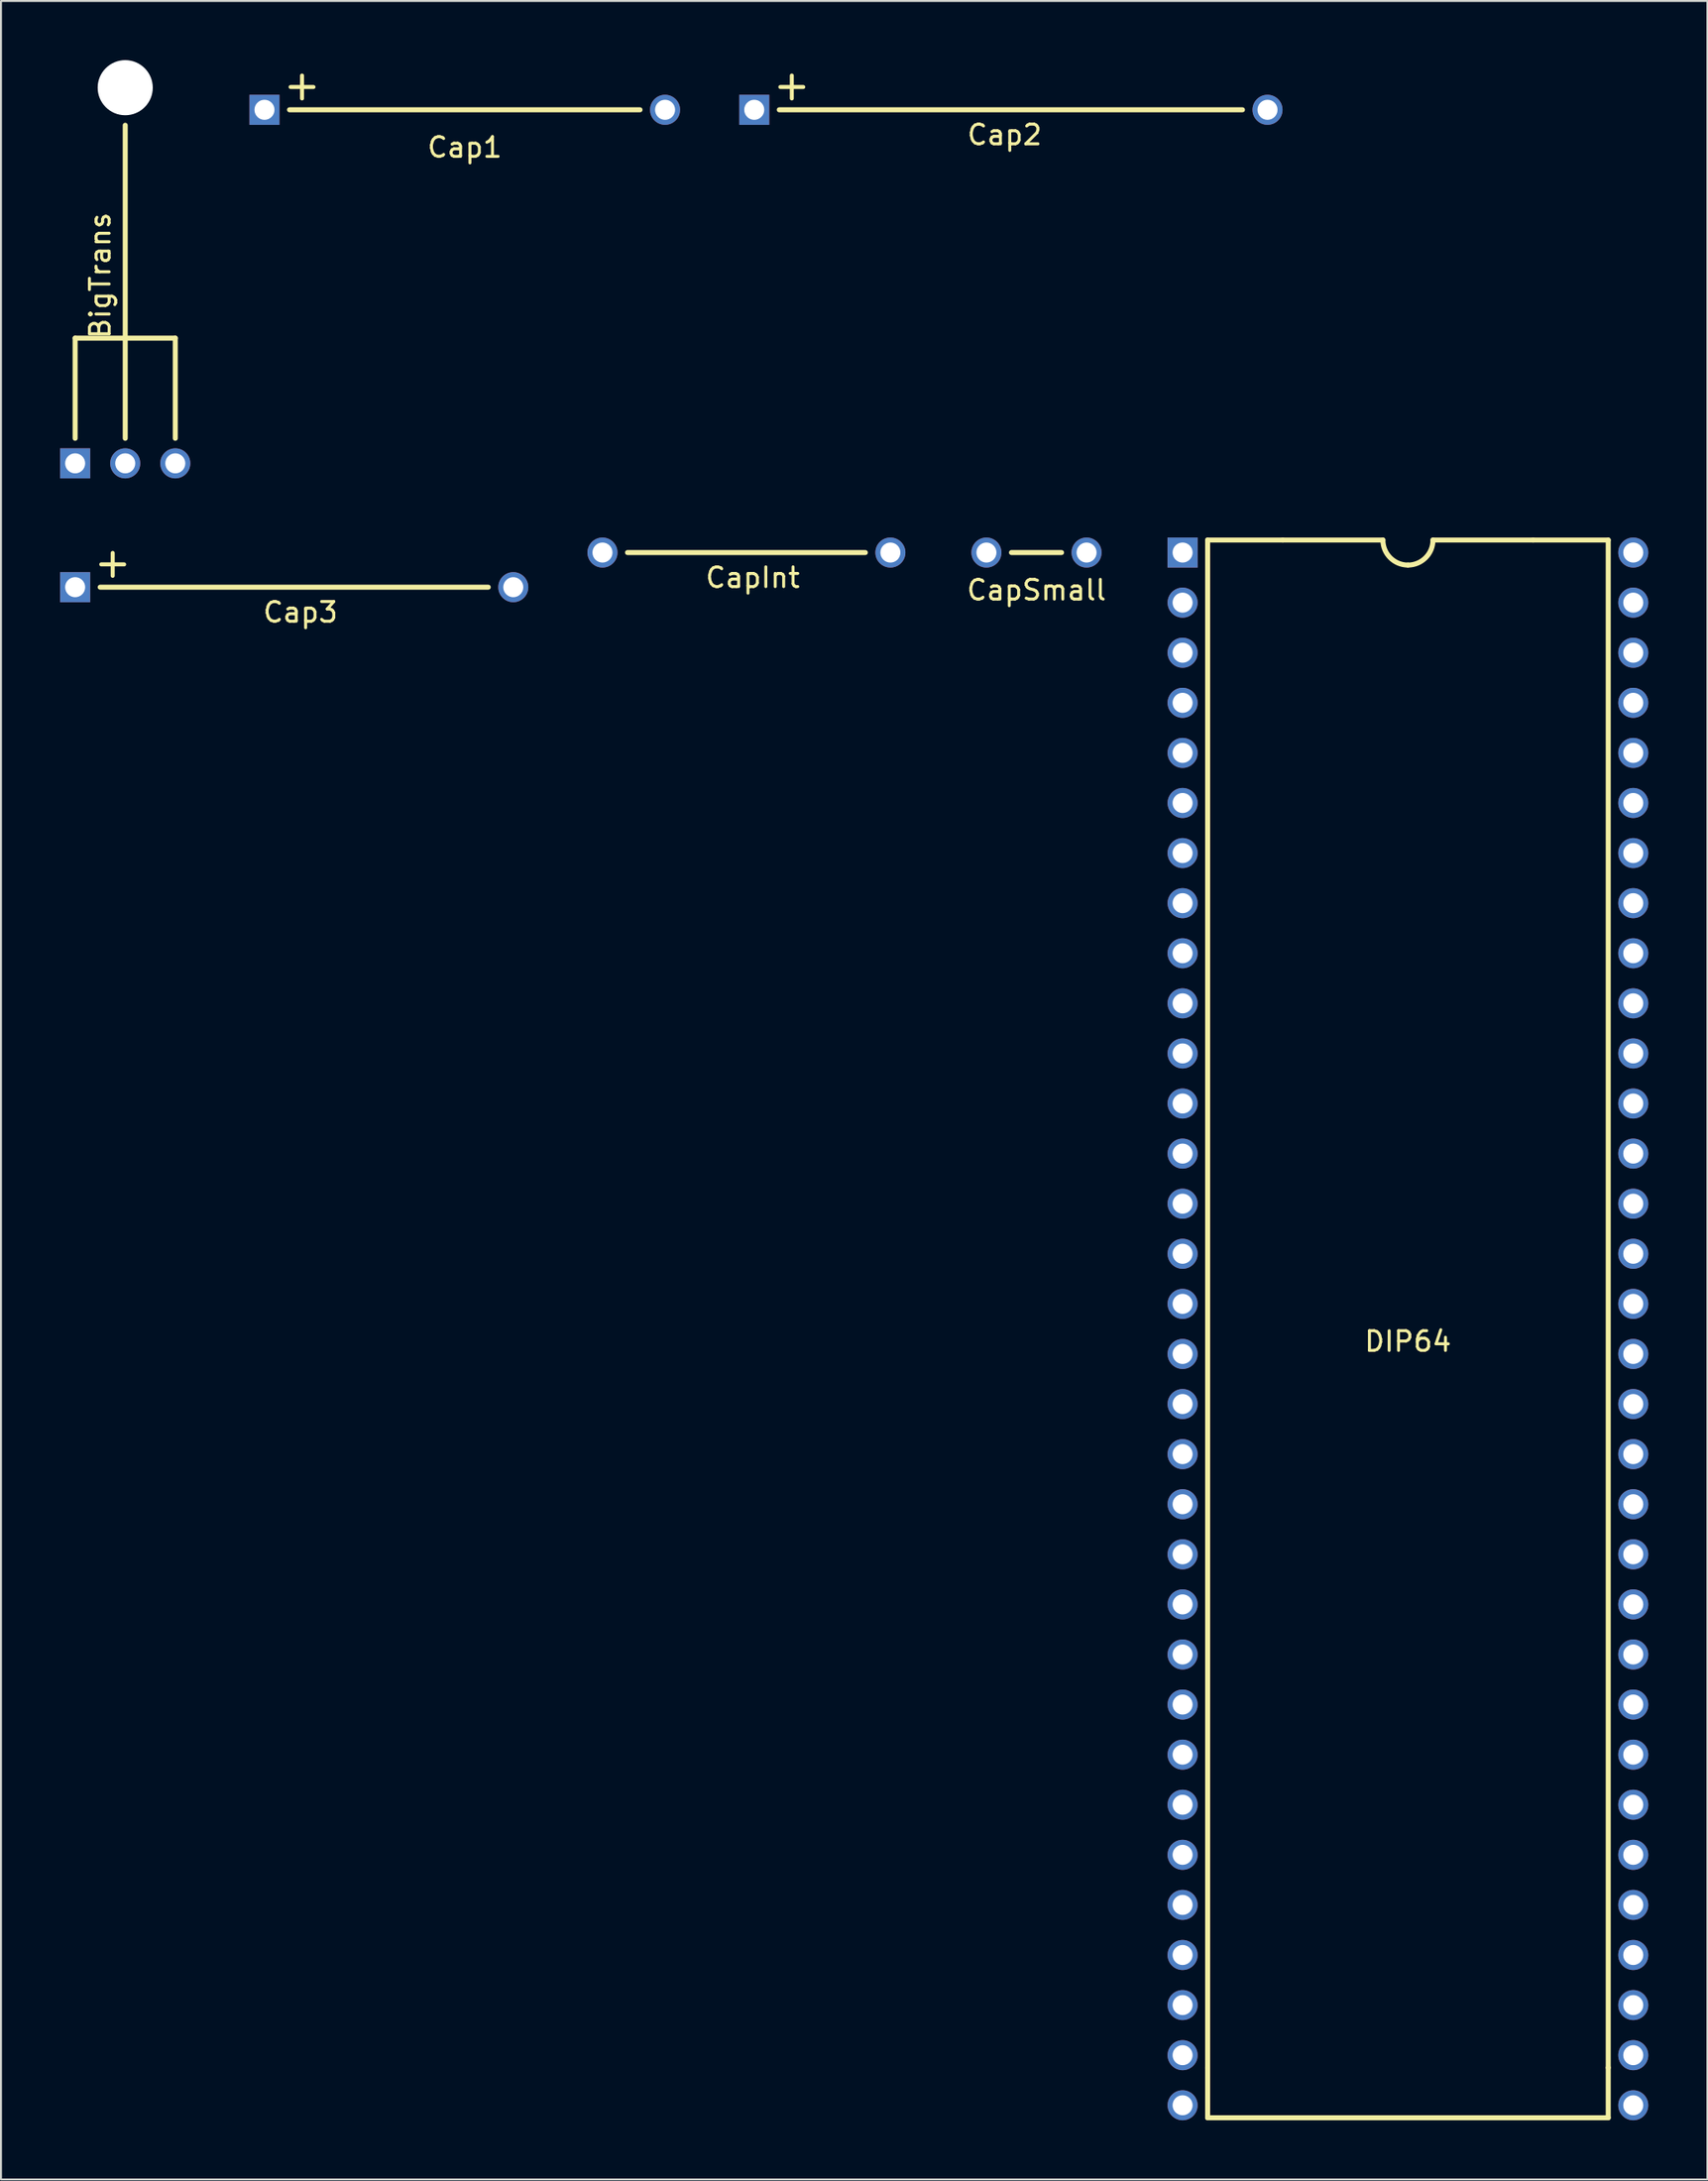
<source format=kicad_pcb>
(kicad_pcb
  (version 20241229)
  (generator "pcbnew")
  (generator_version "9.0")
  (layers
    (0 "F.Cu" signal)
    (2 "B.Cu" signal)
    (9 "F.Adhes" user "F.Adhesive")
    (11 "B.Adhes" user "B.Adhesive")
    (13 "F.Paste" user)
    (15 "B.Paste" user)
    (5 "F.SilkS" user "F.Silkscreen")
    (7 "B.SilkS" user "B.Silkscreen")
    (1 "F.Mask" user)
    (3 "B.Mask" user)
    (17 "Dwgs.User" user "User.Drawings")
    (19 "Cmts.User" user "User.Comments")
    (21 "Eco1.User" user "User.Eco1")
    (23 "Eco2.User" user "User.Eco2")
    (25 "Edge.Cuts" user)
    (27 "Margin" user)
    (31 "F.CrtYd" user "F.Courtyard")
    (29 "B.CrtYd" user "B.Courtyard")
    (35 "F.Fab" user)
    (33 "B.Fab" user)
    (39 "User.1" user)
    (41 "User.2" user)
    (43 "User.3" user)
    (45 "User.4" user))
  (footprint "Cap2"
    (layer "F.Cu")
    (at 47.91 2.518)
    (property "Reference" "Cap2" (at 0 1.27 0) (unlocked yes) (layer "F.SilkS") (effects (font (size 1 1) (thickness 0.15))))
    (attr through_hole)
    (fp_line (start 12.065 0) (end -11.43 0) (stroke (width 0.254) (type solid)) (layer "F.SilkS"))
    (fp_text user "+" (at -10.795 -1.27 0) (layer "F.SilkS") (effects (font (size 1.524 1.524) (thickness 0.203))))
    (pad "1" thru_hole rect (at -12.7 0) (size 1.524 1.524) (drill 1.016) (layers "*.Cu" "*.Mask"))
    (pad "2" thru_hole circle (at 13.335 0) (size 1.524 1.524) (drill 1.016) (layers "*.Cu" "*.Mask")))
  (footprint "CapInt"
    (layer "F.Cu")
    (at 35.131 24.971)
    (property "Reference" "CapInt" (at 0 1.27 0) (unlocked yes) (layer "F.SilkS") (effects (font (size 1 1) (thickness 0.15))))
    (attr through_hole)
    (fp_line (start 5.715 0) (end -6.35 0) (stroke (width 0.254) (type solid)) (layer "F.SilkS"))
    (pad "1" thru_hole circle (at -7.62 0) (size 1.524 1.524) (drill 1.016) (layers "*.Cu" "*.Mask"))
    (pad "2" thru_hole circle (at 6.985 0) (size 1.524 1.524) (drill 1.016) (layers "*.Cu" "*.Mask")))
  (footprint "BigTrans"
    (layer "F.Cu")
    (at 3.302 13.462)
    (property "Reference" "BigTrans" (at -1.27 -2.54 90) (unlocked yes) (layer "F.SilkS") (effects (font (size 1 1) (thickness 0.15))))
    (attr through_hole)
    (fp_line (start -2.54 0.635) (end -2.54 5.715) (stroke (width 0.254) (type solid)) (layer "F.SilkS"))
    (fp_line (start -2.54 0.635) (end 2.54 0.635) (stroke (width 0.254) (type solid)) (layer "F.SilkS"))
    (fp_line (start 0 -10.16) (end 0 5.715) (stroke (width 0.254) (type solid)) (layer "F.SilkS"))
    (fp_line (start 2.54 0.635) (end 2.54 5.715) (stroke (width 0.254) (type solid)) (layer "F.SilkS"))
    (pad "" np_thru_hole circle (at 0 -12.065) (size 2.794 2.794) (drill 2.794) (layers "*.Cu" "*.Mask"))
    (pad "1" thru_hole rect (at -2.54 6.985) (size 1.524 1.524) (drill 1.016) (layers "*.Cu" "*.Mask"))
    (pad "2" thru_hole circle (at 0 6.985) (size 1.524 1.524) (drill 1.016) (layers "*.Cu" "*.Mask"))
    (pad "3" thru_hole circle (at 2.54 6.985) (size 1.524 1.524) (drill 1.016) (layers "*.Cu" "*.Mask")))
  (footprint "DIP64"
    (layer "F.Cu")
    (at 68.368 64.341)
    (property "Reference" "DIP64" (at 0 0.635 0) (unlocked yes) (layer "F.SilkS") (effects (font (size 1 1) (thickness 0.15))))
    (attr through_hole)
    (fp_line (start -10.16 -40.005) (end -10.16 37.465) (stroke (width 0.254) (type solid)) (layer "F.SilkS"))
    (fp_line (start -10.16 37.465) (end -10.16 40.005) (stroke (width 0.254) (type solid)) (layer "F.SilkS"))
    (fp_line (start -10.16 40.005) (end 10.16 40.005) (stroke (width 0.254) (type solid)) (layer "F.SilkS"))
    (fp_line (start -6.35 -40.005) (end -10.16 -40.005) (stroke (width 0.254) (type solid)) (layer "F.SilkS"))
    (fp_line (start -6.35 -40.005) (end -1.27 -40.005) (stroke (width 0.254) (type solid)) (layer "F.SilkS"))
    (fp_line (start 6.35 -40.005) (end 1.27 -40.005) (stroke (width 0.254) (type solid)) (layer "F.SilkS"))
    (fp_line (start 6.35 -40.005) (end 10.16 -40.005) (stroke (width 0.254) (type solid)) (layer "F.SilkS"))
    (fp_line (start 10.16 37.465) (end 10.16 -40.005) (stroke (width 0.254) (type solid)) (layer "F.SilkS"))
    (fp_line (start 10.16 37.465) (end 10.16 40.005) (stroke (width 0.254) (type solid)) (layer "F.SilkS"))
    (fp_arc (start 0 -38.735) (mid -0.898026 -39.106974) (end -1.27 -40.005) (stroke (width 0.254) (type solid)) (layer "F.SilkS"))
    (fp_arc (start 1.27 -40.005) (mid 0.898026 -39.106974) (end 0 -38.735) (stroke (width 0.254) (type solid)) (layer "F.SilkS"))
    (pad "1" thru_hole rect (at -11.43 -39.37) (size 1.524 1.524) (drill 1.016) (layers "*.Cu" "*.Mask"))
    (pad "2" thru_hole circle (at -11.43 -36.83) (size 1.524 1.524) (drill 1.016) (layers "*.Cu" "*.Mask"))
    (pad "3" thru_hole circle (at -11.43 -34.29) (size 1.524 1.524) (drill 1.016) (layers "*.Cu" "*.Mask"))
    (pad "4" thru_hole circle (at -11.43 -31.75) (size 1.524 1.524) (drill 1.016) (layers "*.Cu" "*.Mask"))
    (pad "5" thru_hole circle (at -11.43 -29.21) (size 1.524 1.524) (drill 1.016) (layers "*.Cu" "*.Mask"))
    (pad "6" thru_hole circle (at -11.43 -26.67) (size 1.524 1.524) (drill 1.016) (layers "*.Cu" "*.Mask"))
    (pad "7" thru_hole circle (at -11.43 -24.13) (size 1.524 1.524) (drill 1.016) (layers "*.Cu" "*.Mask"))
    (pad "8" thru_hole circle (at -11.43 -21.59) (size 1.524 1.524) (drill 1.016) (layers "*.Cu" "*.Mask"))
    (pad "9" thru_hole circle (at -11.43 -19.05) (size 1.524 1.524) (drill 1.016) (layers "*.Cu" "*.Mask"))
    (pad "10" thru_hole circle (at -11.43 -16.51) (size 1.524 1.524) (drill 1.016) (layers "*.Cu" "*.Mask"))
    (pad "11" thru_hole circle (at -11.43 -13.97) (size 1.524 1.524) (drill 1.016) (layers "*.Cu" "*.Mask"))
    (pad "12" thru_hole circle (at -11.43 -11.43) (size 1.524 1.524) (drill 1.016) (layers "*.Cu" "*.Mask"))
    (pad "13" thru_hole circle (at -11.43 -8.89) (size 1.524 1.524) (drill 1.016) (layers "*.Cu" "*.Mask"))
    (pad "14" thru_hole circle (at -11.43 -6.35) (size 1.524 1.524) (drill 1.016) (layers "*.Cu" "*.Mask"))
    (pad "15" thru_hole circle (at -11.43 -3.81) (size 1.524 1.524) (drill 1.016) (layers "*.Cu" "*.Mask"))
    (pad "16" thru_hole circle (at -11.43 -1.27) (size 1.524 1.524) (drill 1.016) (layers "*.Cu" "*.Mask"))
    (pad "17" thru_hole circle (at -11.43 1.27) (size 1.524 1.524) (drill 1.016) (layers "*.Cu" "*.Mask"))
    (pad "18" thru_hole circle (at -11.43 3.81) (size 1.524 1.524) (drill 1.016) (layers "*.Cu" "*.Mask"))
    (pad "19" thru_hole circle (at -11.43 6.35) (size 1.524 1.524) (drill 1.016) (layers "*.Cu" "*.Mask"))
    (pad "20" thru_hole circle (at -11.43 8.89) (size 1.524 1.524) (drill 1.016) (layers "*.Cu" "*.Mask"))
    (pad "21" thru_hole circle (at -11.43 11.43) (size 1.524 1.524) (drill 1.016) (layers "*.Cu" "*.Mask"))
    (pad "22" thru_hole circle (at -11.43 13.97) (size 1.524 1.524) (drill 1.016) (layers "*.Cu" "*.Mask"))
    (pad "23" thru_hole circle (at -11.43 16.51) (size 1.524 1.524) (drill 1.016) (layers "*.Cu" "*.Mask"))
    (pad "24" thru_hole circle (at -11.43 19.05) (size 1.524 1.524) (drill 1.016) (layers "*.Cu" "*.Mask"))
    (pad "25" thru_hole circle (at -11.43 21.59) (size 1.524 1.524) (drill 1.016) (layers "*.Cu" "*.Mask"))
    (pad "26" thru_hole circle (at -11.43 24.13) (size 1.524 1.524) (drill 1.016) (layers "*.Cu" "*.Mask"))
    (pad "27" thru_hole circle (at -11.43 26.67) (size 1.524 1.524) (drill 1.016) (layers "*.Cu" "*.Mask"))
    (pad "28" thru_hole circle (at -11.43 29.21) (size 1.524 1.524) (drill 1.016) (layers "*.Cu" "*.Mask"))
    (pad "29" thru_hole circle (at -11.43 31.75) (size 1.524 1.524) (drill 1.016) (layers "*.Cu" "*.Mask"))
    (pad "30" thru_hole circle (at -11.43 34.29) (size 1.524 1.524) (drill 1.016) (layers "*.Cu" "*.Mask"))
    (pad "31" thru_hole circle (at -11.43 36.83) (size 1.524 1.524) (drill 1.016) (layers "*.Cu" "*.Mask"))
    (pad "32" thru_hole circle (at -11.43 39.37) (size 1.524 1.524) (drill 1.016) (layers "*.Cu" "*.Mask"))
    (pad "33" thru_hole circle (at 11.43 39.37) (size 1.524 1.524) (drill 1.016) (layers "*.Cu" "*.Mask"))
    (pad "34" thru_hole circle (at 11.43 36.83) (size 1.524 1.524) (drill 1.016) (layers "*.Cu" "*.Mask"))
    (pad "35" thru_hole circle (at 11.43 34.29) (size 1.524 1.524) (drill 1.016) (layers "*.Cu" "*.Mask"))
    (pad "36" thru_hole circle (at 11.43 31.75) (size 1.524 1.524) (drill 1.016) (layers "*.Cu" "*.Mask"))
    (pad "37" thru_hole circle (at 11.43 29.21) (size 1.524 1.524) (drill 1.016) (layers "*.Cu" "*.Mask"))
    (pad "38" thru_hole circle (at 11.43 26.67) (size 1.524 1.524) (drill 1.016) (layers "*.Cu" "*.Mask"))
    (pad "39" thru_hole circle (at 11.43 24.13) (size 1.524 1.524) (drill 1.016) (layers "*.Cu" "*.Mask"))
    (pad "40" thru_hole circle (at 11.43 21.59) (size 1.524 1.524) (drill 1.016) (layers "*.Cu" "*.Mask"))
    (pad "41" thru_hole circle (at 11.43 19.05) (size 1.524 1.524) (drill 1.016) (layers "*.Cu" "*.Mask"))
    (pad "42" thru_hole circle (at 11.43 16.51) (size 1.524 1.524) (drill 1.016) (layers "*.Cu" "*.Mask"))
    (pad "43" thru_hole circle (at 11.43 13.97) (size 1.524 1.524) (drill 1.016) (layers "*.Cu" "*.Mask"))
    (pad "44" thru_hole circle (at 11.43 11.43) (size 1.524 1.524) (drill 1.016) (layers "*.Cu" "*.Mask"))
    (pad "45" thru_hole circle (at 11.43 8.89) (size 1.524 1.524) (drill 1.016) (layers "*.Cu" "*.Mask"))
    (pad "46" thru_hole circle (at 11.43 6.35) (size 1.524 1.524) (drill 1.016) (layers "*.Cu" "*.Mask"))
    (pad "47" thru_hole circle (at 11.43 3.81) (size 1.524 1.524) (drill 1.016) (layers "*.Cu" "*.Mask"))
    (pad "48" thru_hole circle (at 11.43 1.27) (size 1.524 1.524) (drill 1.016) (layers "*.Cu" "*.Mask"))
    (pad "49" thru_hole circle (at 11.43 -1.27) (size 1.524 1.524) (drill 1.016) (layers "*.Cu" "*.Mask"))
    (pad "50" thru_hole circle (at 11.43 -3.81) (size 1.524 1.524) (drill 1.016) (layers "*.Cu" "*.Mask"))
    (pad "51" thru_hole circle (at 11.43 -6.35) (size 1.524 1.524) (drill 1.016) (layers "*.Cu" "*.Mask"))
    (pad "52" thru_hole circle (at 11.43 -8.89) (size 1.524 1.524) (drill 1.016) (layers "*.Cu" "*.Mask"))
    (pad "53" thru_hole circle (at 11.43 -11.43) (size 1.524 1.524) (drill 1.016) (layers "*.Cu" "*.Mask"))
    (pad "54" thru_hole circle (at 11.43 -13.97) (size 1.524 1.524) (drill 1.016) (layers "*.Cu" "*.Mask"))
    (pad "55" thru_hole circle (at 11.43 -16.51) (size 1.524 1.524) (drill 1.016) (layers "*.Cu" "*.Mask"))
    (pad "56" thru_hole circle (at 11.43 -19.05) (size 1.524 1.524) (drill 1.016) (layers "*.Cu" "*.Mask"))
    (pad "57" thru_hole circle (at 11.43 -21.59) (size 1.524 1.524) (drill 1.016) (layers "*.Cu" "*.Mask"))
    (pad "58" thru_hole circle (at 11.43 -24.13) (size 1.524 1.524) (drill 1.016) (layers "*.Cu" "*.Mask"))
    (pad "59" thru_hole circle (at 11.43 -26.67) (size 1.524 1.524) (drill 1.016) (layers "*.Cu" "*.Mask"))
    (pad "60" thru_hole circle (at 11.43 -29.21) (size 1.524 1.524) (drill 1.016) (layers "*.Cu" "*.Mask"))
    (pad "61" thru_hole circle (at 11.43 -31.75) (size 1.524 1.524) (drill 1.016) (layers "*.Cu" "*.Mask"))
    (pad "62" thru_hole circle (at 11.43 -34.29) (size 1.524 1.524) (drill 1.016) (layers "*.Cu" "*.Mask"))
    (pad "63" thru_hole circle (at 11.43 -36.83) (size 1.524 1.524) (drill 1.016) (layers "*.Cu" "*.Mask"))
    (pad "64" thru_hole circle (at 11.43 -39.37) (size 1.524 1.524) (drill 1.016) (layers "*.Cu" "*.Mask")))
  (footprint "Cap1"
    (layer "F.Cu")
    (at 20.526 2.518)
    (property "Reference" "Cap1" (at 0 1.905 0) (unlocked yes) (layer "F.SilkS") (effects (font (size 1 1) (thickness 0.15))))
    (attr through_hole)
    (fp_line (start 8.89 0) (end -8.89 0) (stroke (width 0.254) (type solid)) (layer "F.SilkS"))
    (fp_text user "+" (at -8.255 -1.27 0) (layer "F.SilkS") (effects (font (size 1.524 1.524) (thickness 0.203))))
    (pad "1" thru_hole rect (at -10.16 0) (size 1.524 1.524) (drill 1.016) (layers "*.Cu" "*.Mask"))
    (pad "2" thru_hole circle (at 10.16 0) (size 1.524 1.524) (drill 1.016) (layers "*.Cu" "*.Mask")))
  (footprint "Cap3"
    (layer "F.Cu")
    (at 12.192 26.727)
    (property "Reference" "Cap3" (at 0 1.27 0) (unlocked yes) (layer "F.SilkS") (effects (font (size 1 1) (thickness 0.15))))
    (attr through_hole)
    (fp_line (start -10.16 0) (end 9.525 0) (stroke (width 0.254) (type solid)) (layer "F.SilkS"))
    (fp_text user "+" (at -9.525 -1.27 0) (unlocked yes) (layer "F.SilkS") (effects (font (size 1.524 1.524) (thickness 0.203))))
    (pad "1" thru_hole rect (at -11.43 0) (size 1.524 1.524) (drill 1.016) (layers "*.Cu" "*.Mask"))
    (pad "2" thru_hole circle (at 10.795 0) (size 1.524 1.524) (drill 1.016) (layers "*.Cu" "*.Mask")))
  (footprint "CapSmall"
    (layer "F.Cu")
    (at 49.527 24.971)
    (property "Reference" "CapSmall" (at 0 1.905 0) (unlocked yes) (layer "F.SilkS") (effects (font (size 1 1) (thickness 0.15))))
    (attr through_hole)
    (fp_line (start 1.27 0) (end -1.27 0) (stroke (width 0.254) (type solid)) (layer "F.SilkS"))
    (pad "1" thru_hole circle (at -2.54 0) (size 1.524 1.524) (drill 1.016) (layers "*.Cu" "*.Mask"))
    (pad "2" thru_hole circle (at 2.54 0) (size 1.524 1.524) (drill 1.016) (layers "*.Cu" "*.Mask")))
  (gr_rect
    (start -3 -3)
    (end 83.56 107.473)
    (stroke (width 0.1) (type default))
    (fill no)
    (layer "Edge.Cuts")))
</source>
